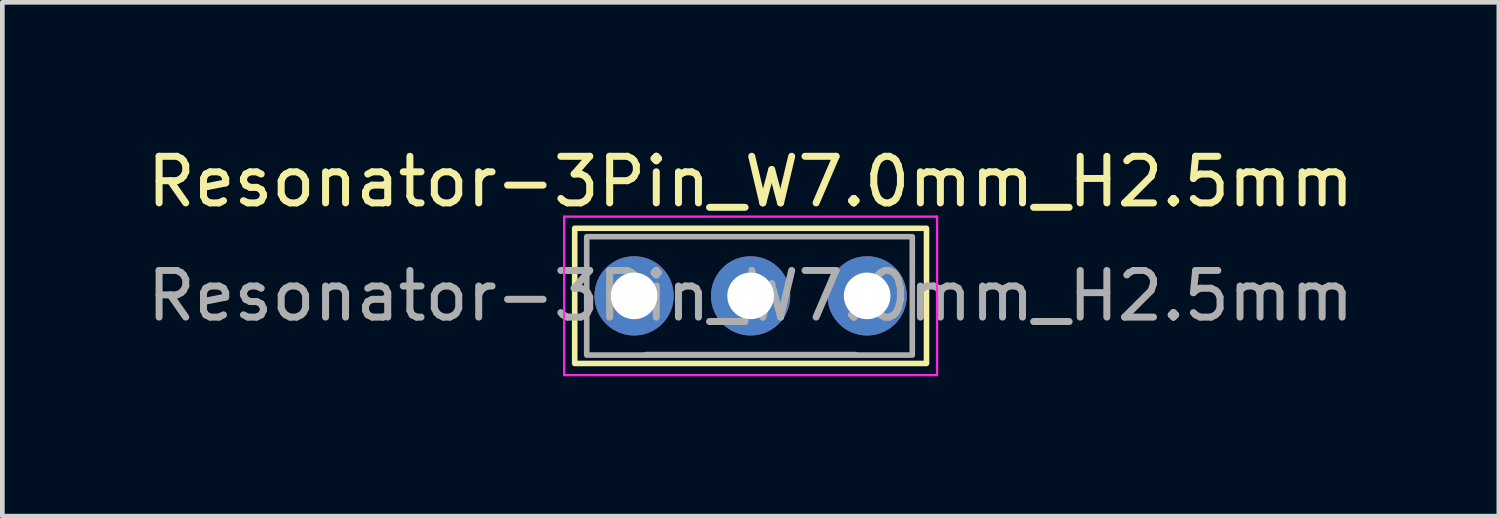
<source format=kicad_pcb>
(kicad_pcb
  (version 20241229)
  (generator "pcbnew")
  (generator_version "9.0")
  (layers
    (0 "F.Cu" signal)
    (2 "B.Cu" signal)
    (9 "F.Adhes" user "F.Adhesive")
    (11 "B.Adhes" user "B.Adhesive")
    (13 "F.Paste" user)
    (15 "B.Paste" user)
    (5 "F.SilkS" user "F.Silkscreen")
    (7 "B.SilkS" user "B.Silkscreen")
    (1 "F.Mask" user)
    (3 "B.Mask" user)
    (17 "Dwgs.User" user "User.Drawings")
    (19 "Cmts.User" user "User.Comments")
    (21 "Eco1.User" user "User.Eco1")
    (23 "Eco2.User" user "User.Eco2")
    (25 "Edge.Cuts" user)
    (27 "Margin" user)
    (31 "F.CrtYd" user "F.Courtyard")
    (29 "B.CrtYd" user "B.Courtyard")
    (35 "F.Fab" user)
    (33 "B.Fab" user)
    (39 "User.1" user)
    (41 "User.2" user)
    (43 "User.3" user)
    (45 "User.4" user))
  (footprint "Resonator-3Pin_W7.0mm_H2.5mm"
    (layer "F.Cu")
    (at 10.554 3.298)
    (property "Reference" "Resonator-3Pin_W7.0mm_H2.5mm" (at 2.5 -2.45 0) (layer "F.SilkS") (effects (font (size 1 1) (thickness 0.15))))
    (attr through_hole)
    (fp_rect (start -1.274 -1.45) (end 6.274 1.45) (stroke (width 0.12) (type default)) (fill no) (layer "F.SilkS"))
    (fp_line (start -1.5 -1.7) (end -1.5 1.7) (stroke (width 0.05) (type solid)) (layer "F.CrtYd"))
    (fp_line (start -1.5 1.7) (end 6.5 1.7) (stroke (width 0.05) (type solid)) (layer "F.CrtYd"))
    (fp_line (start 6.5 -1.7) (end -1.5 -1.7) (stroke (width 0.05) (type solid)) (layer "F.CrtYd"))
    (fp_line (start 6.5 1.7) (end 6.5 -1.7) (stroke (width 0.05) (type solid)) (layer "F.CrtYd"))
    (fp_line (start 0.25 1.25) (end 4.75 1.25) (stroke (width 0.1) (type solid)) (layer "F.Fab"))
    (fp_rect (start -1.016 -1.27) (end 5.969 1.27) (stroke (width 0.12) (type default)) (fill no) (layer "F.Fab"))
    (fp_text user "${REFERENCE}" (at 2.5 0 0) (layer "F.Fab") (effects (font (size 1 1) (thickness 0.15))))
    (pad "1" thru_hole circle (at 5 0 180) (size 1.7 1.7) (drill 1) (layers "*.Cu" "*.Mask"))
    (pad "2" thru_hole circle (at 2.5 0) (size 1.7 1.7) (drill 1) (layers "*.Cu" "*.Mask"))
    (pad "3" thru_hole circle (at 0 0 180) (size 1.7 1.7) (drill 1) (layers "*.Cu" "*.Mask")))
  (gr_rect
    (start -3 -3)
    (end 29.107 8.023)
    (stroke (width 0.1) (type default))
    (fill no)
    (layer "Edge.Cuts")))
</source>
